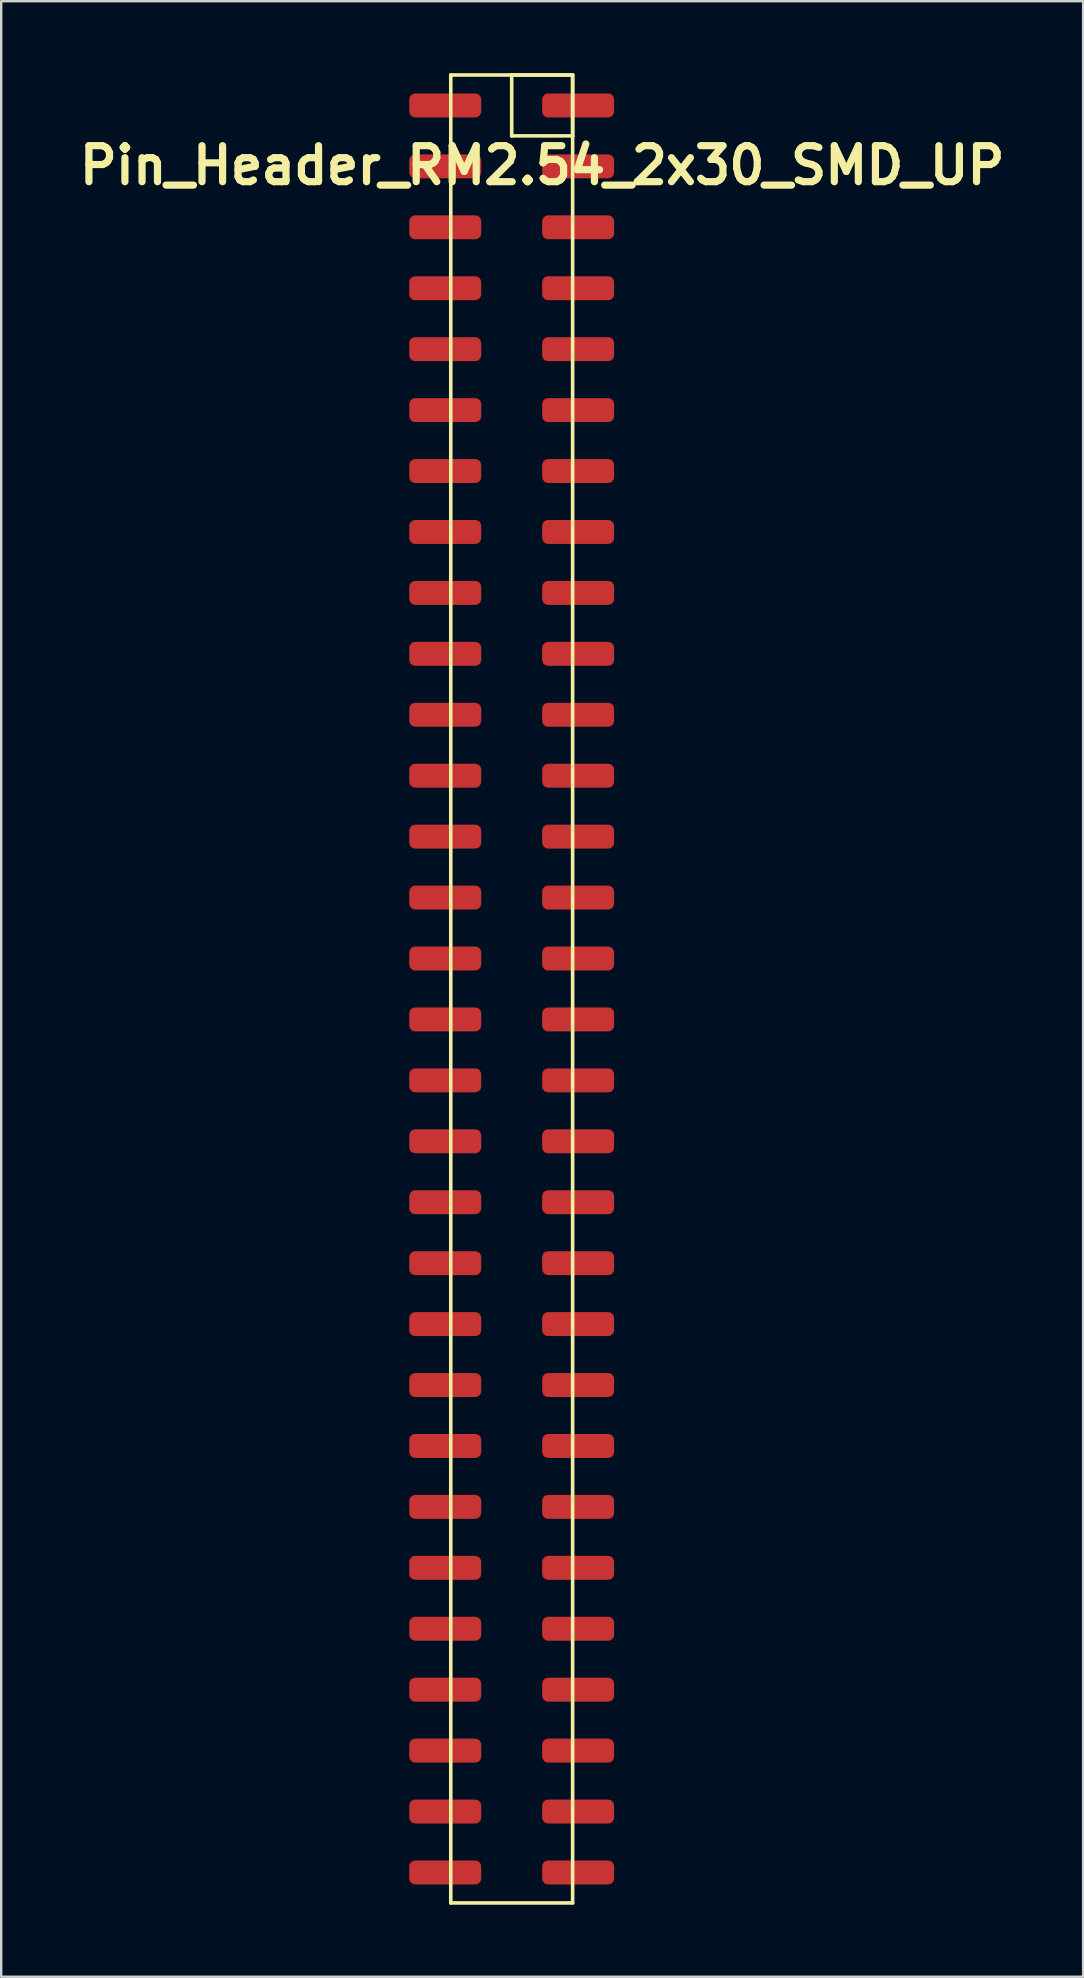
<source format=kicad_pcb>
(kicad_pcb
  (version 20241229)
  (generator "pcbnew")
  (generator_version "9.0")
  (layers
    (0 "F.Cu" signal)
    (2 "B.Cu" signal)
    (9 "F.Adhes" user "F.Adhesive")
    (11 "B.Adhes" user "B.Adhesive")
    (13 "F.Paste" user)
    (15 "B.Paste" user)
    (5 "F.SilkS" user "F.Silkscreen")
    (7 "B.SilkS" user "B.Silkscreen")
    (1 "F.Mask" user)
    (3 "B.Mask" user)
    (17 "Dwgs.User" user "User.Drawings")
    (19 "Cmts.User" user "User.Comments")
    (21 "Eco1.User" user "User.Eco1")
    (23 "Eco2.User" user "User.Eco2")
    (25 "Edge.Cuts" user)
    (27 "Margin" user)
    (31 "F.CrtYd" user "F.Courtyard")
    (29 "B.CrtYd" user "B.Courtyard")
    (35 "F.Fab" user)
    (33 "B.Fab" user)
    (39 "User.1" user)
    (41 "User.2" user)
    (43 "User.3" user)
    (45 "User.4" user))
  (footprint "Pin_Header_RM2.54_2x30_SMD_UP"
    (layer "F.Cu")
    (at 19.55 1.345)
    (property "Reference" "Pin_Header_RM2.54_2x30_SMD_UP" (at 0 2.5 0) (layer "F.SilkS") (effects (font (size 1.5 1.5) (thickness 0.3))))
    (attr through_hole)
    (fp_line (start -3.81 -1.27) (end 1.27 -1.27) (stroke (width 0.15) (type solid)) (layer "F.SilkS"))
    (fp_line (start -3.81 74.93) (end -3.81 -1.27) (stroke (width 0.15) (type solid)) (layer "F.SilkS"))
    (fp_line (start -1.27 -1.27) (end 1.27 -1.27) (stroke (width 0.15) (type solid)) (layer "F.SilkS"))
    (fp_line (start -1.27 1.27) (end -1.27 -1.27) (stroke (width 0.15) (type solid)) (layer "F.SilkS"))
    (fp_line (start 1.27 -1.27) (end 1.27 1.27) (stroke (width 0.15) (type solid)) (layer "F.SilkS"))
    (fp_line (start 1.27 -1.27) (end 1.27 74.93) (stroke (width 0.15) (type solid)) (layer "F.SilkS"))
    (fp_line (start 1.27 1.27) (end -1.27 1.27) (stroke (width 0.15) (type solid)) (layer "F.SilkS"))
    (fp_line (start 1.27 74.93) (end -3.81 74.93) (stroke (width 0.15) (type solid)) (layer "F.SilkS"))
    (pad "1" smd roundrect (at 1.5 0) (size 3 1) (layers "F.Cu" "F.Mask") (roundrect_rratio 0.25))
    (pad "2" smd roundrect (at -4.04 0) (size 3 1) (layers "F.Cu" "F.Mask") (roundrect_rratio 0.25))
    (pad "3" smd roundrect (at 1.5 2.54) (size 3 1) (layers "F.Cu" "F.Mask") (roundrect_rratio 0.25))
    (pad "4" smd roundrect (at -4.04 2.54) (size 3 1) (layers "F.Cu" "F.Mask") (roundrect_rratio 0.25))
    (pad "5" smd roundrect (at 1.5 5.08) (size 3 1) (layers "F.Cu" "F.Mask") (roundrect_rratio 0.25))
    (pad "6" smd roundrect (at -4.04 5.08) (size 3 1) (layers "F.Cu" "F.Mask") (roundrect_rratio 0.25))
    (pad "7" smd roundrect (at 1.5 7.62) (size 3 1) (layers "F.Cu" "F.Mask") (roundrect_rratio 0.25))
    (pad "8" smd roundrect (at -4.04 7.62) (size 3 1) (layers "F.Cu" "F.Mask") (roundrect_rratio 0.25))
    (pad "9" smd roundrect (at 1.5 10.16) (size 3 1) (layers "F.Cu" "F.Mask") (roundrect_rratio 0.25))
    (pad "10" smd roundrect (at -4.04 10.16) (size 3 1) (layers "F.Cu" "F.Mask") (roundrect_rratio 0.25))
    (pad "11" smd roundrect (at 1.5 12.7) (size 3 1) (layers "F.Cu" "F.Mask") (roundrect_rratio 0.25))
    (pad "12" smd roundrect (at -4.04 12.7) (size 3 1) (layers "F.Cu" "F.Mask") (roundrect_rratio 0.25))
    (pad "13" smd roundrect (at 1.5 15.24) (size 3 1) (layers "F.Cu" "F.Mask") (roundrect_rratio 0.25))
    (pad "14" smd roundrect (at -4.04 15.24) (size 3 1) (layers "F.Cu" "F.Mask") (roundrect_rratio 0.25))
    (pad "15" smd roundrect (at 1.5 17.78) (size 3 1) (layers "F.Cu" "F.Mask") (roundrect_rratio 0.25))
    (pad "16" smd roundrect (at -4.04 17.78) (size 3 1) (layers "F.Cu" "F.Mask") (roundrect_rratio 0.25))
    (pad "17" smd roundrect (at 1.5 20.32) (size 3 1) (layers "F.Cu" "F.Mask") (roundrect_rratio 0.25))
    (pad "18" smd roundrect (at -4.04 20.32) (size 3 1) (layers "F.Cu" "F.Mask") (roundrect_rratio 0.25))
    (pad "19" smd roundrect (at 1.5 22.86) (size 3 1) (layers "F.Cu" "F.Mask") (roundrect_rratio 0.25))
    (pad "20" smd roundrect (at -4.04 22.86) (size 3 1) (layers "F.Cu" "F.Mask") (roundrect_rratio 0.25))
    (pad "21" smd roundrect (at 1.5 25.4) (size 3 1) (layers "F.Cu" "F.Mask") (roundrect_rratio 0.25))
    (pad "22" smd roundrect (at -4.04 25.4) (size 3 1) (layers "F.Cu" "F.Mask") (roundrect_rratio 0.25))
    (pad "23" smd roundrect (at 1.5 27.94) (size 3 1) (layers "F.Cu" "F.Mask") (roundrect_rratio 0.25))
    (pad "24" smd roundrect (at -4.04 27.94) (size 3 1) (layers "F.Cu" "F.Mask") (roundrect_rratio 0.25))
    (pad "25" smd roundrect (at 1.5 30.48) (size 3 1) (layers "F.Cu" "F.Mask") (roundrect_rratio 0.25))
    (pad "26" smd roundrect (at -4.04 30.48) (size 3 1) (layers "F.Cu" "F.Mask") (roundrect_rratio 0.25))
    (pad "27" smd roundrect (at 1.5 33.02) (size 3 1) (layers "F.Cu" "F.Mask") (roundrect_rratio 0.25))
    (pad "28" smd roundrect (at -4.04 33.02) (size 3 1) (layers "F.Cu" "F.Mask") (roundrect_rratio 0.25))
    (pad "29" smd roundrect (at 1.5 35.56) (size 3 1) (layers "F.Cu" "F.Mask") (roundrect_rratio 0.25))
    (pad "30" smd roundrect (at -4.04 35.56) (size 3 1) (layers "F.Cu" "F.Mask") (roundrect_rratio 0.25))
    (pad "31" smd roundrect (at 1.5 38.1) (size 3 1) (layers "F.Cu" "F.Mask") (roundrect_rratio 0.25))
    (pad "32" smd roundrect (at -4.04 38.1) (size 3 1) (layers "F.Cu" "F.Mask") (roundrect_rratio 0.25))
    (pad "33" smd roundrect (at 1.5 40.64) (size 3 1) (layers "F.Cu" "F.Mask") (roundrect_rratio 0.25))
    (pad "34" smd roundrect (at -4.04 40.64) (size 3 1) (layers "F.Cu" "F.Mask") (roundrect_rratio 0.25))
    (pad "35" smd roundrect (at 1.5 43.18) (size 3 1) (layers "F.Cu" "F.Mask") (roundrect_rratio 0.25))
    (pad "36" smd roundrect (at -4.04 43.18) (size 3 1) (layers "F.Cu" "F.Mask") (roundrect_rratio 0.25))
    (pad "37" smd roundrect (at 1.5 45.72) (size 3 1) (layers "F.Cu" "F.Mask") (roundrect_rratio 0.25))
    (pad "38" smd roundrect (at -4.04 45.72) (size 3 1) (layers "F.Cu" "F.Mask") (roundrect_rratio 0.25))
    (pad "39" smd roundrect (at 1.5 48.26) (size 3 1) (layers "F.Cu" "F.Mask") (roundrect_rratio 0.25))
    (pad "40" smd roundrect (at -4.04 48.26) (size 3 1) (layers "F.Cu" "F.Mask") (roundrect_rratio 0.25))
    (pad "41" smd roundrect (at 1.5 50.8) (size 3 1) (layers "F.Cu" "F.Mask") (roundrect_rratio 0.25))
    (pad "42" smd roundrect (at -4.04 50.8) (size 3 1) (layers "F.Cu" "F.Mask") (roundrect_rratio 0.25))
    (pad "43" smd roundrect (at 1.5 53.34) (size 3 1) (layers "F.Cu" "F.Mask") (roundrect_rratio 0.25))
    (pad "44" smd roundrect (at -4.04 53.34) (size 3 1) (layers "F.Cu" "F.Mask") (roundrect_rratio 0.25))
    (pad "45" smd roundrect (at 1.5 55.88) (size 3 1) (layers "F.Cu" "F.Mask") (roundrect_rratio 0.25))
    (pad "46" smd roundrect (at -4.04 55.88) (size 3 1) (layers "F.Cu" "F.Mask") (roundrect_rratio 0.25))
    (pad "47" smd roundrect (at 1.5 58.42) (size 3 1) (layers "F.Cu" "F.Mask") (roundrect_rratio 0.25))
    (pad "48" smd roundrect (at -4.04 58.42) (size 3 1) (layers "F.Cu" "F.Mask") (roundrect_rratio 0.25))
    (pad "49" smd roundrect (at 1.5 60.96) (size 3 1) (layers "F.Cu" "F.Mask") (roundrect_rratio 0.25))
    (pad "50" smd roundrect (at -4.04 60.96) (size 3 1) (layers "F.Cu" "F.Mask") (roundrect_rratio 0.25))
    (pad "51" smd roundrect (at 1.5 63.5) (size 3 1) (layers "F.Cu" "F.Mask") (roundrect_rratio 0.25))
    (pad "52" smd roundrect (at -4.04 63.5) (size 3 1) (layers "F.Cu" "F.Mask") (roundrect_rratio 0.25))
    (pad "53" smd roundrect (at 1.5 66.04) (size 3 1) (layers "F.Cu" "F.Mask") (roundrect_rratio 0.25))
    (pad "54" smd roundrect (at -4.04 66.04) (size 3 1) (layers "F.Cu" "F.Mask") (roundrect_rratio 0.25))
    (pad "55" smd roundrect (at 1.5 68.58) (size 3 1) (layers "F.Cu" "F.Mask") (roundrect_rratio 0.25))
    (pad "56" smd roundrect (at -4.04 68.58) (size 3 1) (layers "F.Cu" "F.Mask") (roundrect_rratio 0.25))
    (pad "57" smd roundrect (at 1.5 71.12) (size 3 1) (layers "F.Cu" "F.Mask") (roundrect_rratio 0.25))
    (pad "58" smd roundrect (at -4.04 71.12) (size 3 1) (layers "F.Cu" "F.Mask") (roundrect_rratio 0.25))
    (pad "59" smd roundrect (at 1.5 73.66) (size 3 1) (layers "F.Cu" "F.Mask") (roundrect_rratio 0.25))
    (pad "60" smd roundrect (at -4.04 73.66) (size 3 1) (layers "F.Cu" "F.Mask") (roundrect_rratio 0.25)))
  (gr_rect
    (start -3 -3)
    (end 42.1 79.35)
    (stroke (width 0.1) (type default))
    (fill no)
    (layer "Edge.Cuts")))
</source>
